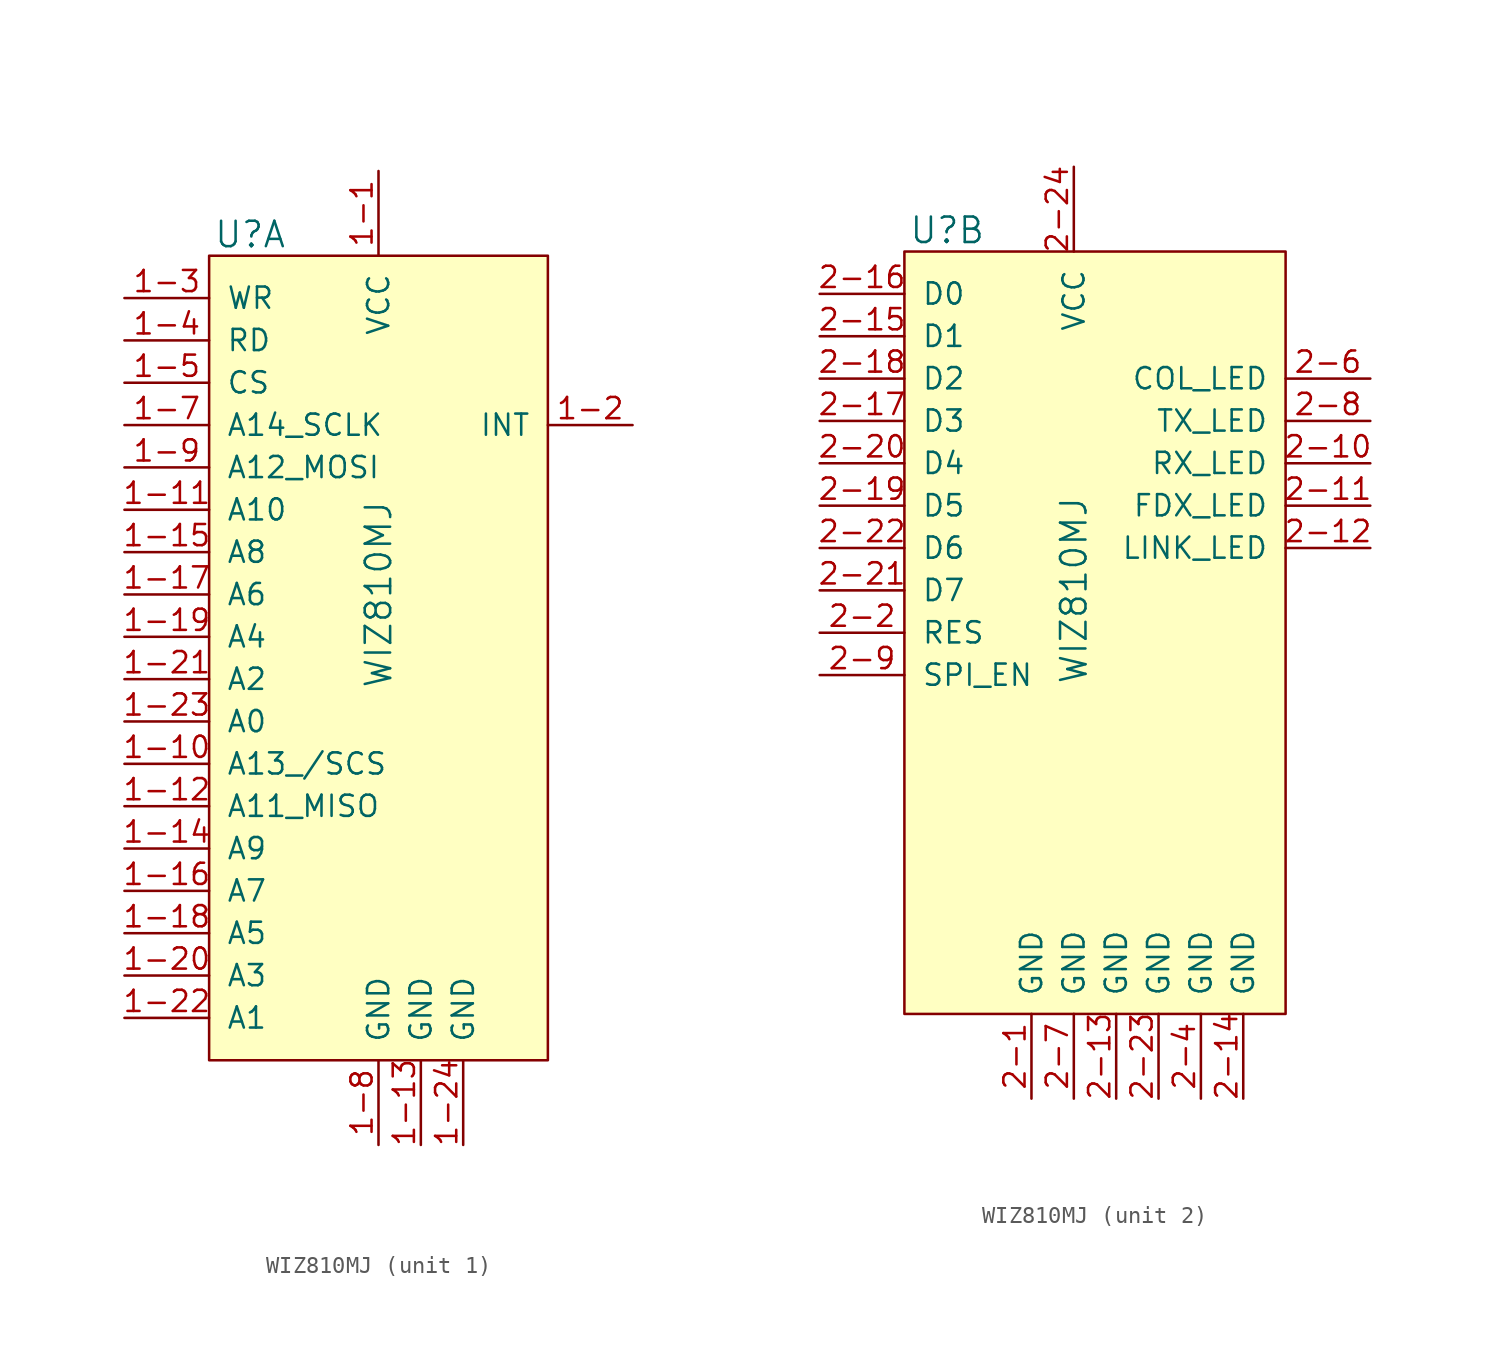
<source format=kicad_sym>
(kicad_symbol_lib
  (version 20220914)
  (generator kicad_symbol_editor)
  (symbol "WIZ810MJ"
    (pin_names
      (offset 1.016))
    (property "Reference" "U"
      (at -9.906 21.59 0)
      (effects (font (size 1.524 1.524)) (justify left)))
    (property "Value" "WIZ810MJ"
      (at 0 0 90)
      (effects (font (size 1.524 1.524))))
    (property "ki_locked" ""
      (at 0 0 0)
      (effects (font (size 1.27 1.27))))
    (symbol "WIZ810MJ_1_1"
      (rectangle (start -10.16 20.32) (end 10.16 -27.94) (stroke (width 0) (type solid)) (fill (type background)))
      (pin power_in line (at 0 25.4 270) (length 5.08) (name "VCC" (effects (font (size 1.27 1.27)))) (number "1-1" (effects (font (size 1.27 1.27)))))
      (pin input line (at -15.24 -10.16 0) (length 5.08) (name "A13_/SCS" (effects (font (size 1.27 1.27)))) (number "1-10" (effects (font (size 1.27 1.27)))))
      (pin input line (at -15.24 5.08 0) (length 5.08) (name "A10" (effects (font (size 1.27 1.27)))) (number "1-11" (effects (font (size 1.27 1.27)))))
      (pin bidirectional line (at -15.24 -12.7 0) (length 5.08) (name "A11_MISO" (effects (font (size 1.27 1.27)))) (number "1-12" (effects (font (size 1.27 1.27)))))
      (pin power_in line (at 2.54 -33.02 90) (length 5.08) (name "GND" (effects (font (size 1.27 1.27)))) (number "1-13" (effects (font (size 1.27 1.27)))))
      (pin input line (at -15.24 -15.24 0) (length 5.08) (name "A9" (effects (font (size 1.27 1.27)))) (number "1-14" (effects (font (size 1.27 1.27)))))
      (pin input line (at -15.24 2.54 0) (length 5.08) (name "A8" (effects (font (size 1.27 1.27)))) (number "1-15" (effects (font (size 1.27 1.27)))))
      (pin input line (at -15.24 -17.78 0) (length 5.08) (name "A7" (effects (font (size 1.27 1.27)))) (number "1-16" (effects (font (size 1.27 1.27)))))
      (pin input line (at -15.24 0 0) (length 5.08) (name "A6" (effects (font (size 1.27 1.27)))) (number "1-17" (effects (font (size 1.27 1.27)))))
      (pin input line (at -15.24 -20.32 0) (length 5.08) (name "A5" (effects (font (size 1.27 1.27)))) (number "1-18" (effects (font (size 1.27 1.27)))))
      (pin input line (at -15.24 -2.54 0) (length 5.08) (name "A4" (effects (font (size 1.27 1.27)))) (number "1-19" (effects (font (size 1.27 1.27)))))
      (pin output line (at 15.24 10.16 180) (length 5.08) (name "INT" (effects (font (size 1.27 1.27)))) (number "1-2" (effects (font (size 1.27 1.27)))))
      (pin input line (at -15.24 -22.86 0) (length 5.08) (name "A3" (effects (font (size 1.27 1.27)))) (number "1-20" (effects (font (size 1.27 1.27)))))
      (pin input line (at -15.24 -5.08 0) (length 5.08) (name "A2" (effects (font (size 1.27 1.27)))) (number "1-21" (effects (font (size 1.27 1.27)))))
      (pin input line (at -15.24 -25.4 0) (length 5.08) (name "A1" (effects (font (size 1.27 1.27)))) (number "1-22" (effects (font (size 1.27 1.27)))))
      (pin input line (at -15.24 -7.62 0) (length 5.08) (name "A0" (effects (font (size 1.27 1.27)))) (number "1-23" (effects (font (size 1.27 1.27)))))
      (pin power_in line (at 5.08 -33.02 90) (length 5.08) (name "GND" (effects (font (size 1.27 1.27)))) (number "1-24" (effects (font (size 1.27 1.27)))))
      (pin no_connect line (at 10.16 -12.7 180) (length 5.08) hide (name "NC" (effects (font (size 1.27 1.27)))) (number "1-25" (effects (font (size 1.27 1.27)))))
      (pin no_connect line (at 10.16 -15.24 180) (length 5.08) hide (name "NC" (effects (font (size 1.27 1.27)))) (number "1-26" (effects (font (size 1.27 1.27)))))
      (pin no_connect line (at 10.16 -17.78 180) (length 5.08) hide (name "NC" (effects (font (size 1.27 1.27)))) (number "1-27" (effects (font (size 1.27 1.27)))))
      (pin no_connect line (at 10.16 -20.32 180) (length 5.08) hide (name "NC" (effects (font (size 1.27 1.27)))) (number "1-28" (effects (font (size 1.27 1.27)))))
      (pin input line (at -15.24 17.78 0) (length 5.08) (name "WR" (effects (font (size 1.27 1.27)))) (number "1-3" (effects (font (size 1.27 1.27)))))
      (pin input line (at -15.24 15.24 0) (length 5.08) (name "RD" (effects (font (size 1.27 1.27)))) (number "1-4" (effects (font (size 1.27 1.27)))))
      (pin input line (at -15.24 12.7 0) (length 5.08) (name "CS" (effects (font (size 1.27 1.27)))) (number "1-5" (effects (font (size 1.27 1.27)))))
      (pin no_connect line (at 10.16 -10.16 180) (length 5.08) hide (name "NC" (effects (font (size 1.27 1.27)))) (number "1-6" (effects (font (size 1.27 1.27)))))
      (pin input line (at -15.24 10.16 0) (length 5.08) (name "A14_SCLK" (effects (font (size 1.27 1.27)))) (number "1-7" (effects (font (size 1.27 1.27)))))
      (pin power_in line (at 0 -33.02 90) (length 5.08) (name "GND" (effects (font (size 1.27 1.27)))) (number "1-8" (effects (font (size 1.27 1.27)))))
      (pin input line (at -15.24 7.62 0) (length 5.08) (name "A12_MOSI" (effects (font (size 1.27 1.27)))) (number "1-9" (effects (font (size 1.27 1.27))))))
    (symbol "WIZ810MJ_2_1"
      (rectangle (start -10.16 20.32) (end 12.7 -25.4) (stroke (width 0) (type solid)) (fill (type background)))
      (pin power_in line (at -2.54 -30.48 90) (length 5.08) (name "GND" (effects (font (size 1.27 1.27)))) (number "2-1" (effects (font (size 1.27 1.27)))))
      (pin output line (at 17.78 7.62 180) (length 5.08) (name "RX_LED" (effects (font (size 1.27 1.27)))) (number "2-10" (effects (font (size 1.27 1.27)))))
      (pin output line (at 17.78 5.08 180) (length 5.08) (name "FDX_LED" (effects (font (size 1.27 1.27)))) (number "2-11" (effects (font (size 1.27 1.27)))))
      (pin output line (at 17.78 2.54 180) (length 5.08) (name "LINK_LED" (effects (font (size 1.27 1.27)))) (number "2-12" (effects (font (size 1.27 1.27)))))
      (pin power_in line (at 2.54 -30.48 90) (length 5.08) (name "GND" (effects (font (size 1.27 1.27)))) (number "2-13" (effects (font (size 1.27 1.27)))))
      (pin power_in line (at 10.16 -30.48 90) (length 5.08) (name "GND" (effects (font (size 1.27 1.27)))) (number "2-14" (effects (font (size 1.27 1.27)))))
      (pin bidirectional line (at -15.24 15.24 0) (length 5.08) (name "D1" (effects (font (size 1.27 1.27)))) (number "2-15" (effects (font (size 1.27 1.27)))))
      (pin bidirectional line (at -15.24 17.78 0) (length 5.08) (name "D0" (effects (font (size 1.27 1.27)))) (number "2-16" (effects (font (size 1.27 1.27)))))
      (pin bidirectional line (at -15.24 10.16 0) (length 5.08) (name "D3" (effects (font (size 1.27 1.27)))) (number "2-17" (effects (font (size 1.27 1.27)))))
      (pin bidirectional line (at -15.24 12.7 0) (length 5.08) (name "D2" (effects (font (size 1.27 1.27)))) (number "2-18" (effects (font (size 1.27 1.27)))))
      (pin bidirectional line (at -15.24 5.08 0) (length 5.08) (name "D5" (effects (font (size 1.27 1.27)))) (number "2-19" (effects (font (size 1.27 1.27)))))
      (pin input line (at -15.24 -2.54 0) (length 5.08) (name "RES" (effects (font (size 1.27 1.27)))) (number "2-2" (effects (font (size 1.27 1.27)))))
      (pin bidirectional line (at -15.24 7.62 0) (length 5.08) (name "D4" (effects (font (size 1.27 1.27)))) (number "2-20" (effects (font (size 1.27 1.27)))))
      (pin bidirectional line (at -15.24 0 0) (length 5.08) (name "D7" (effects (font (size 1.27 1.27)))) (number "2-21" (effects (font (size 1.27 1.27)))))
      (pin bidirectional line (at -15.24 2.54 0) (length 5.08) (name "D6" (effects (font (size 1.27 1.27)))) (number "2-22" (effects (font (size 1.27 1.27)))))
      (pin power_in line (at 5.08 -30.48 90) (length 5.08) (name "GND" (effects (font (size 1.27 1.27)))) (number "2-23" (effects (font (size 1.27 1.27)))))
      (pin power_in line (at 0 25.4 270) (length 5.08) (name "VCC" (effects (font (size 1.27 1.27)))) (number "2-24" (effects (font (size 1.27 1.27)))))
      (pin no_connect line (at -10.16 -12.7 0) (length 5.08) hide (name "NC" (effects (font (size 1.27 1.27)))) (number "2-25" (effects (font (size 1.27 1.27)))))
      (pin no_connect line (at -10.16 -17.78 0) (length 5.08) hide (name "NC" (effects (font (size 1.27 1.27)))) (number "2-26" (effects (font (size 1.27 1.27)))))
      (pin no_connect line (at -10.16 -15.24 0) (length 5.08) hide (name "NC" (effects (font (size 1.27 1.27)))) (number "2-27" (effects (font (size 1.27 1.27)))))
      (pin no_connect line (at -10.16 -20.32 0) (length 5.08) hide (name "NC" (effects (font (size 1.27 1.27)))) (number "2-28" (effects (font (size 1.27 1.27)))))
      (pin no_connect line (at -10.16 -7.62 0) (length 5.08) hide (name "NC" (effects (font (size 1.27 1.27)))) (number "2-3" (effects (font (size 1.27 1.27)))))
      (pin power_in line (at 7.62 -30.48 90) (length 5.08) (name "GND" (effects (font (size 1.27 1.27)))) (number "2-4" (effects (font (size 1.27 1.27)))))
      (pin no_connect line (at -10.16 -10.16 0) (length 5.08) hide (name "NC" (effects (font (size 1.27 1.27)))) (number "2-5" (effects (font (size 1.27 1.27)))))
      (pin output line (at 17.78 12.7 180) (length 5.08) (name "COL_LED" (effects (font (size 1.27 1.27)))) (number "2-6" (effects (font (size 1.27 1.27)))))
      (pin power_in line (at 0 -30.48 90) (length 5.08) (name "GND" (effects (font (size 1.27 1.27)))) (number "2-7" (effects (font (size 1.27 1.27)))))
      (pin output line (at 17.78 10.16 180) (length 5.08) (name "TX_LED" (effects (font (size 1.27 1.27)))) (number "2-8" (effects (font (size 1.27 1.27)))))
      (pin input line (at -15.24 -5.08 0) (length 5.08) (name "SPI_EN" (effects (font (size 1.27 1.27)))) (number "2-9" (effects (font (size 1.27 1.27))))))))
</source>
